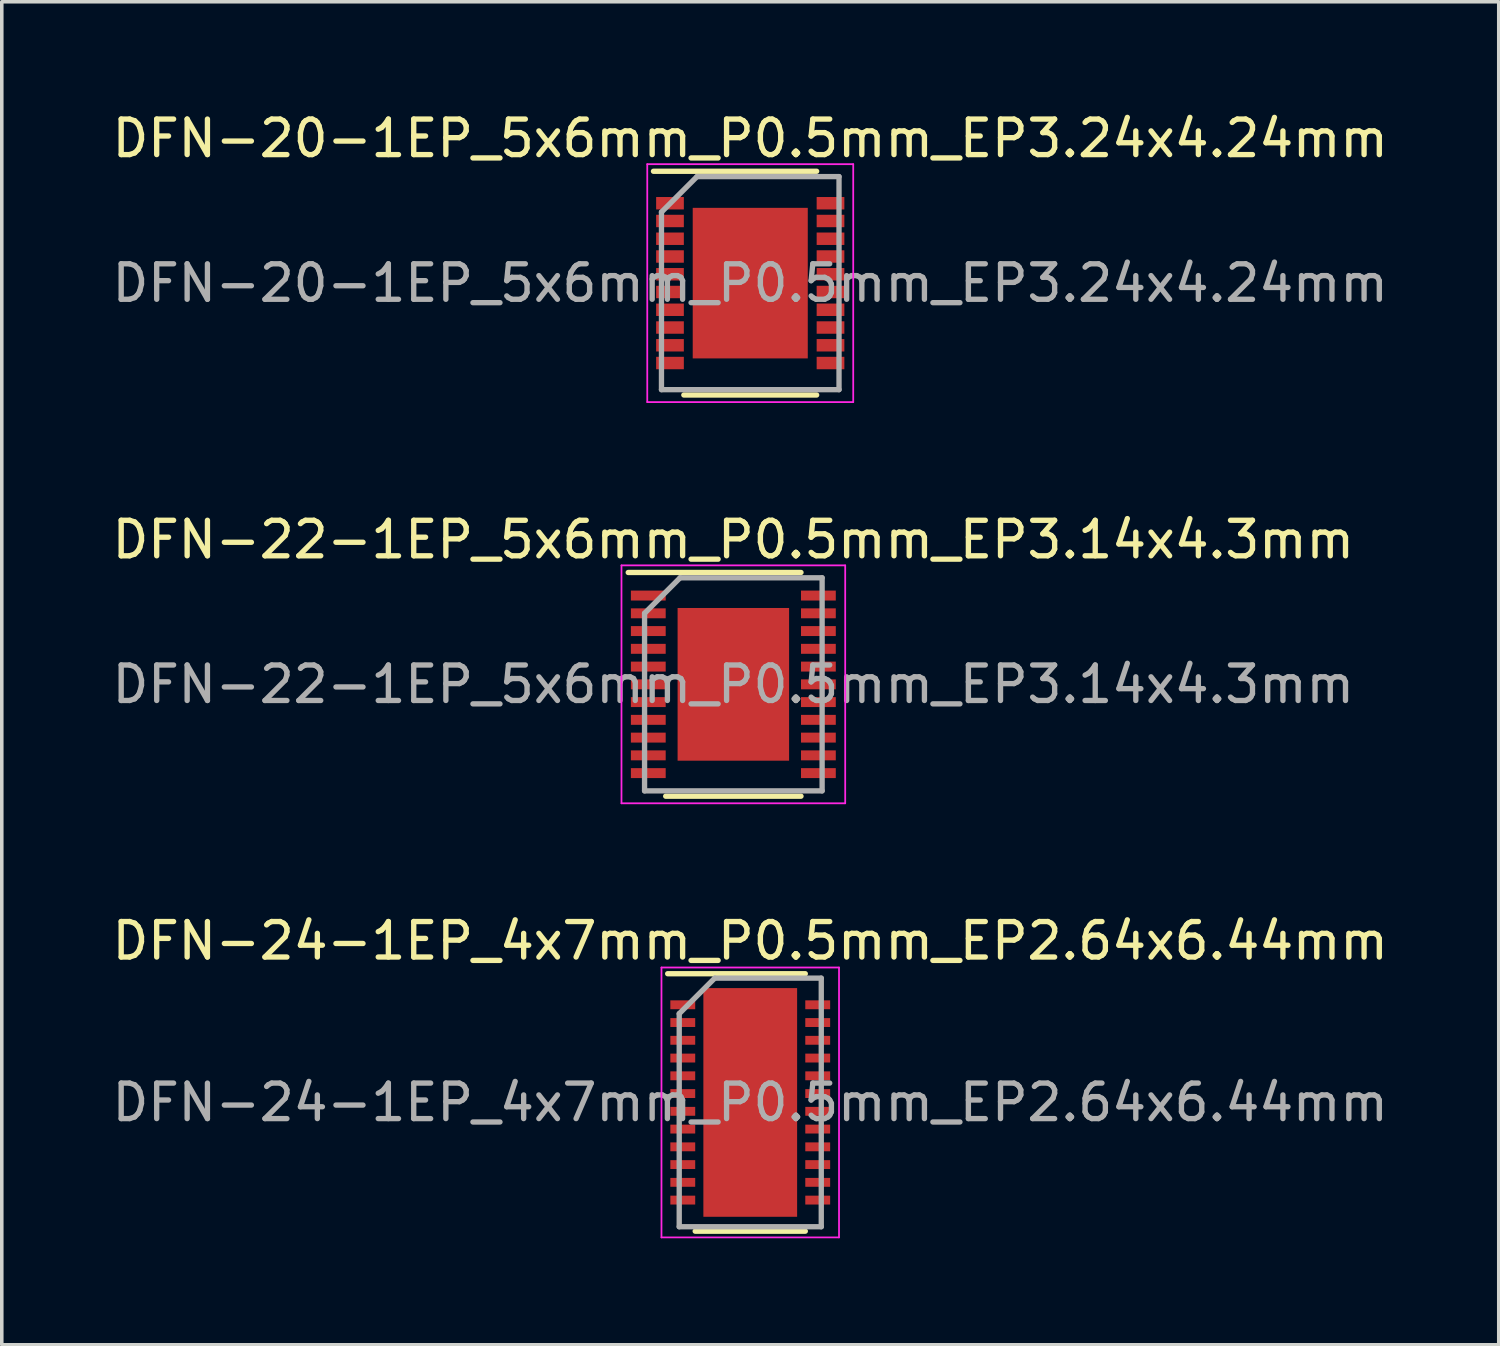
<source format=kicad_pcb>
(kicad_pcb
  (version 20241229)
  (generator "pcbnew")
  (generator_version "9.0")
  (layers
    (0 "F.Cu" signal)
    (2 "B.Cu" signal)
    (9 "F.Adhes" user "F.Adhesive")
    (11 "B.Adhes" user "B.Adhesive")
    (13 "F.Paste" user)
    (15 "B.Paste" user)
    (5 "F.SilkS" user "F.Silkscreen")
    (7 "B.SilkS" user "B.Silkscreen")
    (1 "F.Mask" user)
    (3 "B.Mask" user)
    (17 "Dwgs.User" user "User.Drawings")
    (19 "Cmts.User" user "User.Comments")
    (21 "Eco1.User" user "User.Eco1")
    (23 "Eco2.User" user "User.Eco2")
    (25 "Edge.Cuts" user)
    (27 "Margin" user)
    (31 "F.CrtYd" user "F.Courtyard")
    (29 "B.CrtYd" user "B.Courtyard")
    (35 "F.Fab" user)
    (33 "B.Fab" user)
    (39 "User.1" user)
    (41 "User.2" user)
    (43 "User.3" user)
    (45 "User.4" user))
  (footprint "DFN-24-1EP_4x7mm_P0.5mm_EP2.64x6.44mm"
    (layer "F.Cu")
    (at 18.077 27.995)
    (property "Reference" "DFN-24-1EP_4x7mm_P0.5mm_EP2.64x6.44mm" (at 0 -4.55 0) (layer "F.SilkS") (effects (font (size 1 1) (thickness 0.15))))
    (attr smd)
    (fp_line (start -2.325 -3.625) (end 1.55 -3.625) (stroke (width 0.15) (type solid)) (layer "F.SilkS"))
    (fp_line (start -1.55 3.625) (end 1.55 3.625) (stroke (width 0.15) (type solid)) (layer "F.SilkS"))
    (fp_line (start -2.5 -3.8) (end -2.5 3.8) (stroke (width 0.05) (type solid)) (layer "F.CrtYd"))
    (fp_line (start -2.5 -3.8) (end 2.5 -3.8) (stroke (width 0.05) (type solid)) (layer "F.CrtYd"))
    (fp_line (start -2.5 3.8) (end 2.5 3.8) (stroke (width 0.05) (type solid)) (layer "F.CrtYd"))
    (fp_line (start 2.5 -3.8) (end 2.5 3.8) (stroke (width 0.05) (type solid)) (layer "F.CrtYd"))
    (fp_line (start -2 -2.5) (end -1 -3.5) (stroke (width 0.15) (type solid)) (layer "F.Fab"))
    (fp_line (start -2 3.5) (end -2 -2.5) (stroke (width 0.15) (type solid)) (layer "F.Fab"))
    (fp_line (start -1 -3.5) (end 2 -3.5) (stroke (width 0.15) (type solid)) (layer "F.Fab"))
    (fp_line (start 2 -3.5) (end 2 3.5) (stroke (width 0.15) (type solid)) (layer "F.Fab"))
    (fp_line (start 2 3.5) (end -2 3.5) (stroke (width 0.15) (type solid)) (layer "F.Fab"))
    (fp_text user "${REFERENCE}" (at 0 0 0) (layer "F.Fab") (effects (font (size 1 1) (thickness 0.15))))
    (pad "" smd rect (at -0.66 -2.56) (size 1.05 1.05) (layers "F.Paste"))
    (pad "" smd rect (at -0.66 -1.28) (size 1.05 1.05) (layers "F.Paste"))
    (pad "" smd rect (at -0.66 0) (size 1.05 1.05) (layers "F.Paste"))
    (pad "" smd rect (at -0.66 1.28) (size 1.05 1.05) (layers "F.Paste"))
    (pad "" smd rect (at -0.66 2.56) (size 1.05 1.05) (layers "F.Paste"))
    (pad "" smd rect (at 0.66 -2.56) (size 1.05 1.05) (layers "F.Paste"))
    (pad "" smd rect (at 0.66 -1.28) (size 1.05 1.05) (layers "F.Paste"))
    (pad "" smd rect (at 0.66 0) (size 1.05 1.05) (layers "F.Paste"))
    (pad "" smd rect (at 0.66 1.28) (size 1.05 1.05) (layers "F.Paste"))
    (pad "" smd rect (at 0.66 2.56) (size 1.05 1.05) (layers "F.Paste"))
    (pad "1" smd rect (at -1.9 -2.75) (size 0.7 0.25) (layers "F.Cu" "F.Mask" "F.Paste"))
    (pad "2" smd rect (at -1.9 -2.25) (size 0.7 0.25) (layers "F.Cu" "F.Mask" "F.Paste"))
    (pad "3" smd rect (at -1.9 -1.75) (size 0.7 0.25) (layers "F.Cu" "F.Mask" "F.Paste"))
    (pad "4" smd rect (at -1.9 -1.25) (size 0.7 0.25) (layers "F.Cu" "F.Mask" "F.Paste"))
    (pad "5" smd rect (at -1.9 -0.75) (size 0.7 0.25) (layers "F.Cu" "F.Mask" "F.Paste"))
    (pad "6" smd rect (at -1.9 -0.25) (size 0.7 0.25) (layers "F.Cu" "F.Mask" "F.Paste"))
    (pad "7" smd rect (at -1.9 0.25) (size 0.7 0.25) (layers "F.Cu" "F.Mask" "F.Paste"))
    (pad "8" smd rect (at -1.9 0.75) (size 0.7 0.25) (layers "F.Cu" "F.Mask" "F.Paste"))
    (pad "9" smd rect (at -1.9 1.25) (size 0.7 0.25) (layers "F.Cu" "F.Mask" "F.Paste"))
    (pad "10" smd rect (at -1.9 1.75) (size 0.7 0.25) (layers "F.Cu" "F.Mask" "F.Paste"))
    (pad "11" smd rect (at -1.9 2.25) (size 0.7 0.25) (layers "F.Cu" "F.Mask" "F.Paste"))
    (pad "12" smd rect (at -1.9 2.75) (size 0.7 0.25) (layers "F.Cu" "F.Mask" "F.Paste"))
    (pad "13" smd rect (at 1.9 2.75) (size 0.7 0.25) (layers "F.Cu" "F.Mask" "F.Paste"))
    (pad "14" smd rect (at 1.9 2.25) (size 0.7 0.25) (layers "F.Cu" "F.Mask" "F.Paste"))
    (pad "15" smd rect (at 1.9 1.75) (size 0.7 0.25) (layers "F.Cu" "F.Mask" "F.Paste"))
    (pad "16" smd rect (at 1.9 1.25) (size 0.7 0.25) (layers "F.Cu" "F.Mask" "F.Paste"))
    (pad "17" smd rect (at 1.9 0.75) (size 0.7 0.25) (layers "F.Cu" "F.Mask" "F.Paste"))
    (pad "18" smd rect (at 1.9 0.25) (size 0.7 0.25) (layers "F.Cu" "F.Mask" "F.Paste"))
    (pad "19" smd rect (at 1.9 -0.25) (size 0.7 0.25) (layers "F.Cu" "F.Mask" "F.Paste"))
    (pad "20" smd rect (at 1.9 -0.75) (size 0.7 0.25) (layers "F.Cu" "F.Mask" "F.Paste"))
    (pad "21" smd rect (at 1.9 -1.25) (size 0.7 0.25) (layers "F.Cu" "F.Mask" "F.Paste"))
    (pad "22" smd rect (at 1.9 -1.75) (size 0.7 0.25) (layers "F.Cu" "F.Mask" "F.Paste"))
    (pad "23" smd rect (at 1.9 -2.25) (size 0.7 0.25) (layers "F.Cu" "F.Mask" "F.Paste"))
    (pad "24" smd rect (at 1.9 -2.75) (size 0.7 0.25) (layers "F.Cu" "F.Mask" "F.Paste"))
    (pad "25" smd rect (at 0 0) (size 2.64 6.44) (layers "F.Cu" "F.Mask")))
  (footprint "DFN-20-1EP_5x6mm_P0.5mm_EP3.24x4.24mm"
    (layer "F.Cu")
    (at 18.077 4.923)
    (property "Reference" "DFN-20-1EP_5x6mm_P0.5mm_EP3.24x4.24mm" (at 0 -4.075 0) (layer "F.SilkS") (effects (font (size 1 1) (thickness 0.15))))
    (attr smd)
    (fp_line (start -2.725 -3.15) (end 1.87 -3.15) (stroke (width 0.15) (type solid)) (layer "F.SilkS"))
    (fp_line (start -1.87 3.15) (end 1.87 3.15) (stroke (width 0.15) (type solid)) (layer "F.SilkS"))
    (fp_line (start -2.9 -3.35) (end -2.9 3.35) (stroke (width 0.05) (type solid)) (layer "F.CrtYd"))
    (fp_line (start -2.9 -3.35) (end 2.9 -3.35) (stroke (width 0.05) (type solid)) (layer "F.CrtYd"))
    (fp_line (start -2.9 3.35) (end 2.9 3.35) (stroke (width 0.05) (type solid)) (layer "F.CrtYd"))
    (fp_line (start 2.9 -3.35) (end 2.9 3.35) (stroke (width 0.05) (type solid)) (layer "F.CrtYd"))
    (fp_line (start -2.5 -2) (end -1.5 -3) (stroke (width 0.15) (type solid)) (layer "F.Fab"))
    (fp_line (start -2.5 3) (end -2.5 -2) (stroke (width 0.15) (type solid)) (layer "F.Fab"))
    (fp_line (start -1.5 -3) (end 2.5 -3) (stroke (width 0.15) (type solid)) (layer "F.Fab"))
    (fp_line (start 2.5 -3) (end 2.5 3) (stroke (width 0.15) (type solid)) (layer "F.Fab"))
    (fp_line (start 2.5 3) (end -2.5 3) (stroke (width 0.15) (type solid)) (layer "F.Fab"))
    (fp_text user "${REFERENCE}" (at 0 0 0) (layer "F.Fab") (effects (font (size 1 1) (thickness 0.15))))
    (pad "" smd rect (at -1.08 -1.59) (size 0.86 0.86) (layers "F.Paste"))
    (pad "" smd rect (at -1.08 -0.53) (size 0.86 0.86) (layers "F.Paste"))
    (pad "" smd rect (at -1.08 0.53) (size 0.86 0.86) (layers "F.Paste"))
    (pad "" smd rect (at -1.08 1.59) (size 0.86 0.86) (layers "F.Paste"))
    (pad "" smd rect (at 0 -1.59) (size 0.86 0.86) (layers "F.Paste"))
    (pad "" smd rect (at 0 -0.53) (size 0.86 0.86) (layers "F.Paste"))
    (pad "" smd rect (at 0 0.53) (size 0.86 0.86) (layers "F.Paste"))
    (pad "" smd rect (at 0 1.59) (size 0.86 0.86) (layers "F.Paste"))
    (pad "" smd rect (at 1.08 -1.59) (size 0.86 0.86) (layers "F.Paste"))
    (pad "" smd rect (at 1.08 -0.53) (size 0.86 0.86) (layers "F.Paste"))
    (pad "" smd rect (at 1.08 0.53) (size 0.86 0.86) (layers "F.Paste"))
    (pad "" smd rect (at 1.08 1.59) (size 0.86 0.86) (layers "F.Paste"))
    (pad "1" smd rect (at -2.26 -2.25) (size 0.78 0.35) (layers "F.Cu" "F.Mask" "F.Paste"))
    (pad "2" smd rect (at -2.26 -1.75) (size 0.78 0.35) (layers "F.Cu" "F.Mask" "F.Paste"))
    (pad "3" smd rect (at -2.26 -1.25) (size 0.78 0.35) (layers "F.Cu" "F.Mask" "F.Paste"))
    (pad "4" smd rect (at -2.26 -0.75) (size 0.78 0.35) (layers "F.Cu" "F.Mask" "F.Paste"))
    (pad "5" smd rect (at -2.26 -0.25) (size 0.78 0.35) (layers "F.Cu" "F.Mask" "F.Paste"))
    (pad "6" smd rect (at -2.26 0.25) (size 0.78 0.35) (layers "F.Cu" "F.Mask" "F.Paste"))
    (pad "7" smd rect (at -2.26 0.75) (size 0.78 0.35) (layers "F.Cu" "F.Mask" "F.Paste"))
    (pad "8" smd rect (at -2.26 1.25) (size 0.78 0.35) (layers "F.Cu" "F.Mask" "F.Paste"))
    (pad "9" smd rect (at -2.26 1.75) (size 0.78 0.35) (layers "F.Cu" "F.Mask" "F.Paste"))
    (pad "10" smd rect (at -2.26 2.25) (size 0.78 0.35) (layers "F.Cu" "F.Mask" "F.Paste"))
    (pad "11" smd rect (at 2.26 2.25) (size 0.78 0.35) (layers "F.Cu" "F.Mask" "F.Paste"))
    (pad "12" smd rect (at 2.26 1.75) (size 0.78 0.35) (layers "F.Cu" "F.Mask" "F.Paste"))
    (pad "13" smd rect (at 2.26 1.25) (size 0.78 0.35) (layers "F.Cu" "F.Mask" "F.Paste"))
    (pad "14" smd rect (at 2.26 0.75) (size 0.78 0.35) (layers "F.Cu" "F.Mask" "F.Paste"))
    (pad "15" smd rect (at 2.26 0.25) (size 0.78 0.35) (layers "F.Cu" "F.Mask" "F.Paste"))
    (pad "16" smd rect (at 2.26 -0.25) (size 0.78 0.35) (layers "F.Cu" "F.Mask" "F.Paste"))
    (pad "17" smd rect (at 2.26 -0.75) (size 0.78 0.35) (layers "F.Cu" "F.Mask" "F.Paste"))
    (pad "18" smd rect (at 2.26 -1.25) (size 0.78 0.35) (layers "F.Cu" "F.Mask" "F.Paste"))
    (pad "19" smd rect (at 2.26 -1.75) (size 0.78 0.35) (layers "F.Cu" "F.Mask" "F.Paste"))
    (pad "20" smd rect (at 2.26 -2.25) (size 0.78 0.35) (layers "F.Cu" "F.Mask" "F.Paste"))
    (pad "21" smd rect (at 0 0) (size 3.24 4.24) (layers "F.Cu" "F.Mask")))
  (footprint "DFN-22-1EP_5x6mm_P0.5mm_EP3.14x4.3mm"
    (layer "F.Cu")
    (at 17.601 16.221)
    (property "Reference" "DFN-22-1EP_5x6mm_P0.5mm_EP3.14x4.3mm" (at 0 -4.075 0) (layer "F.SilkS") (effects (font (size 1 1) (thickness 0.15))))
    (attr smd)
    (fp_line (start -2.96 -3.15) (end 1.905 -3.15) (stroke (width 0.15) (type solid)) (layer "F.SilkS"))
    (fp_line (start -1.905 3.15) (end 1.905 3.15) (stroke (width 0.15) (type solid)) (layer "F.SilkS"))
    (fp_line (start -3.15 -3.35) (end -3.15 3.35) (stroke (width 0.05) (type solid)) (layer "F.CrtYd"))
    (fp_line (start -3.15 -3.35) (end 3.15 -3.35) (stroke (width 0.05) (type solid)) (layer "F.CrtYd"))
    (fp_line (start -3.15 3.35) (end 3.15 3.35) (stroke (width 0.05) (type solid)) (layer "F.CrtYd"))
    (fp_line (start 3.15 -3.35) (end 3.15 3.35) (stroke (width 0.05) (type solid)) (layer "F.CrtYd"))
    (fp_line (start -2.5 -2) (end -1.5 -3) (stroke (width 0.15) (type solid)) (layer "F.Fab"))
    (fp_line (start -2.5 3) (end -2.5 -2) (stroke (width 0.15) (type solid)) (layer "F.Fab"))
    (fp_line (start -1.5 -3) (end 2.5 -3) (stroke (width 0.15) (type solid)) (layer "F.Fab"))
    (fp_line (start 2.5 -3) (end 2.5 3) (stroke (width 0.15) (type solid)) (layer "F.Fab"))
    (fp_line (start 2.5 3) (end -2.5 3) (stroke (width 0.15) (type solid)) (layer "F.Fab"))
    (fp_text user "${REFERENCE}" (at 0 0 0) (layer "F.Fab") (effects (font (size 1 1) (thickness 0.15))))
    (pad "" smd rect (at -1.05 -1.613) (size 0.855 0.855) (layers "F.Paste"))
    (pad "" smd rect (at -1.05 -0.537) (size 0.855 0.855) (layers "F.Paste"))
    (pad "" smd rect (at -1.05 0.537) (size 0.855 0.855) (layers "F.Paste"))
    (pad "" smd rect (at -1.05 1.613) (size 0.855 0.855) (layers "F.Paste"))
    (pad "" smd rect (at 0 -1.613) (size 0.855 0.855) (layers "F.Paste"))
    (pad "" smd rect (at 0 -0.537) (size 0.855 0.855) (layers "F.Paste"))
    (pad "" smd rect (at 0 0.537) (size 0.855 0.855) (layers "F.Paste"))
    (pad "" smd rect (at 0 1.613) (size 0.855 0.855) (layers "F.Paste"))
    (pad "" smd rect (at 1.05 -1.613) (size 0.855 0.855) (layers "F.Paste"))
    (pad "" smd rect (at 1.05 -0.537) (size 0.855 0.855) (layers "F.Paste"))
    (pad "" smd rect (at 1.05 0.537) (size 0.855 0.855) (layers "F.Paste"))
    (pad "" smd rect (at 1.05 1.613) (size 0.855 0.855) (layers "F.Paste"))
    (pad "1" smd rect (at -2.395 -2.5) (size 0.98 0.28) (layers "F.Cu" "F.Mask" "F.Paste"))
    (pad "2" smd rect (at -2.395 -2) (size 0.98 0.28) (layers "F.Cu" "F.Mask" "F.Paste"))
    (pad "3" smd rect (at -2.395 -1.5) (size 0.98 0.28) (layers "F.Cu" "F.Mask" "F.Paste"))
    (pad "4" smd rect (at -2.395 -1) (size 0.98 0.28) (layers "F.Cu" "F.Mask" "F.Paste"))
    (pad "5" smd rect (at -2.395 -0.5) (size 0.98 0.28) (layers "F.Cu" "F.Mask" "F.Paste"))
    (pad "6" smd rect (at -2.395 0) (size 0.98 0.28) (layers "F.Cu" "F.Mask" "F.Paste"))
    (pad "7" smd rect (at -2.395 0.5) (size 0.98 0.28) (layers "F.Cu" "F.Mask" "F.Paste"))
    (pad "8" smd rect (at -2.395 1) (size 0.98 0.28) (layers "F.Cu" "F.Mask" "F.Paste"))
    (pad "9" smd rect (at -2.395 1.5) (size 0.98 0.28) (layers "F.Cu" "F.Mask" "F.Paste"))
    (pad "10" smd rect (at -2.395 2) (size 0.98 0.28) (layers "F.Cu" "F.Mask" "F.Paste"))
    (pad "11" smd rect (at -2.395 2.5) (size 0.98 0.28) (layers "F.Cu" "F.Mask" "F.Paste"))
    (pad "12" smd rect (at 2.395 2.5) (size 0.98 0.28) (layers "F.Cu" "F.Mask" "F.Paste"))
    (pad "13" smd rect (at 2.395 2) (size 0.98 0.28) (layers "F.Cu" "F.Mask" "F.Paste"))
    (pad "14" smd rect (at 2.395 1.5) (size 0.98 0.28) (layers "F.Cu" "F.Mask" "F.Paste"))
    (pad "15" smd rect (at 2.395 1) (size 0.98 0.28) (layers "F.Cu" "F.Mask" "F.Paste"))
    (pad "16" smd rect (at 2.395 0.5) (size 0.98 0.28) (layers "F.Cu" "F.Mask" "F.Paste"))
    (pad "17" smd rect (at 2.395 0) (size 0.98 0.28) (layers "F.Cu" "F.Mask" "F.Paste"))
    (pad "18" smd rect (at 2.395 -0.5) (size 0.98 0.28) (layers "F.Cu" "F.Mask" "F.Paste"))
    (pad "19" smd rect (at 2.395 -1) (size 0.98 0.28) (layers "F.Cu" "F.Mask" "F.Paste"))
    (pad "20" smd rect (at 2.395 -1.5) (size 0.98 0.28) (layers "F.Cu" "F.Mask" "F.Paste"))
    (pad "21" smd rect (at 2.395 -2) (size 0.98 0.28) (layers "F.Cu" "F.Mask" "F.Paste"))
    (pad "22" smd rect (at 2.395 -2.5) (size 0.98 0.28) (layers "F.Cu" "F.Mask" "F.Paste"))
    (pad "23" smd rect (at 0 0) (size 3.14 4.3) (layers "F.Cu" "F.Mask")))
  (gr_rect
    (start -3 -3)
    (end 39.155 34.82)
    (stroke (width 0.1) (type default))
    (fill no)
    (layer "Edge.Cuts")))
</source>
